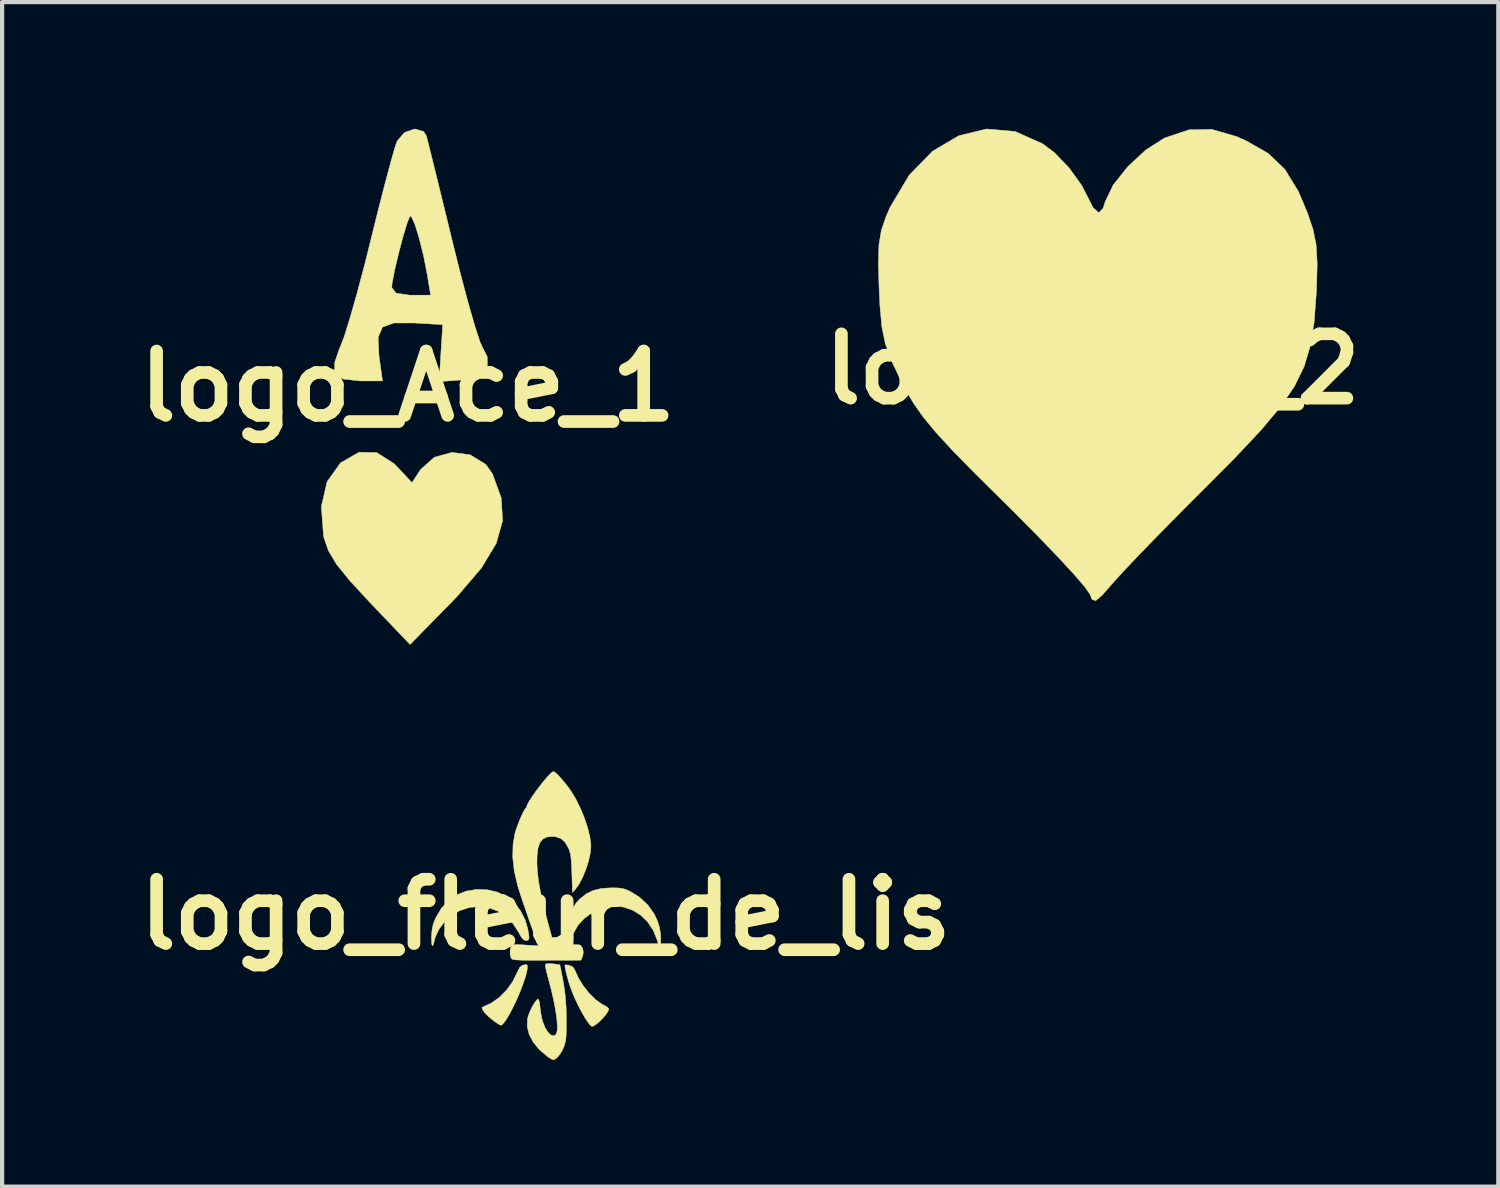
<source format=kicad_pcb>
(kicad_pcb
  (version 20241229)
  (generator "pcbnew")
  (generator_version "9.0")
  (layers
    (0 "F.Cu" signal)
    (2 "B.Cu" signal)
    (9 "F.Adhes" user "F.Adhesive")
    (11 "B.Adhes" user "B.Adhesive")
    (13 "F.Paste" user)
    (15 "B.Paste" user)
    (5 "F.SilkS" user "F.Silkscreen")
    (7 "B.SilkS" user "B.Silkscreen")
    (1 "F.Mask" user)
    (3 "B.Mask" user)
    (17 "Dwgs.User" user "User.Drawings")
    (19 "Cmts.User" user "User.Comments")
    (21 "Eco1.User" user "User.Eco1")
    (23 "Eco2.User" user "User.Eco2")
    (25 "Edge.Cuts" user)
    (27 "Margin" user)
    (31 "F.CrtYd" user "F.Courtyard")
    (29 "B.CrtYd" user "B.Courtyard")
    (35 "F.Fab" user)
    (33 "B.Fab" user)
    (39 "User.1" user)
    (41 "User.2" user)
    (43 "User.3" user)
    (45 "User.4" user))
  (footprint "logo_Ace_2"
    (layer "F.Cu")
    (at 22.834 5.693)
    (property "Reference" "logo_Ace_2" (at 0 0 0) (layer "F.SilkS") (effects (font (size 1.524 1.524) (thickness 0.3))))
    (attr through_hole)
    (fp_poly (pts (xy -1.835 -5.628) (xy -1.185 -5.338) (xy -0.913 -5.135) (xy -0.561 -4.771) (xy -0.264 -4.359) (xy -0.174 -4.188) (xy 0.01 -3.826) (xy 0.145 -3.702) (xy 0.248 -3.809) (xy 0.299 -3.969) (xy 0.489 -4.363) (xy 0.833 -4.795) (xy 1.257 -5.189) (xy 1.69 -5.467) (xy 1.706 -5.475) (xy 2.281 -5.668) (xy 2.821 -5.679) (xy 3.415 -5.507) (xy 3.63 -5.412) (xy 4.159 -5.11) (xy 4.555 -4.731) (xy 4.873 -4.212) (xy 5.088 -3.704) (xy 5.221 -3.31) (xy 5.295 -2.941) (xy 5.32 -2.51) (xy 5.306 -1.933) (xy 5.297 -1.766) (xy 5.248 -1.114) (xy 5.16 -0.56) (xy 5.013 -0.066) (xy 4.782 0.408) (xy 4.446 0.902) (xy 3.983 1.453) (xy 3.371 2.103) (xy 2.745 2.732) (xy 2.158 3.319) (xy 1.602 3.884) (xy 1.113 4.387) (xy 0.73 4.791) (xy 0.49 5.056) (xy 0.488 5.059) (xy 0.223 5.36) (xy 0.072 5.486) (xy -0.012 5.46) (xy -0.063 5.337) (xy -0.176 5.171) (xy -0.444 4.859) (xy -0.84 4.431) (xy -1.335 3.918) (xy -1.9 3.348) (xy -2.114 3.137) (xy -2.794 2.464) (xy -3.318 1.929) (xy -3.714 1.498) (xy -4.013 1.137) (xy -4.243 0.81) (xy -4.435 0.482) (xy -4.545 0.268) (xy -4.768 -0.207) (xy -4.91 -0.598) (xy -4.993 -0.998) (xy -5.039 -1.5) (xy -5.059 -1.912) (xy -5.076 -2.516) (xy -5.062 -2.947) (xy -5.006 -3.283) (xy -4.898 -3.603) (xy -4.795 -3.839) (xy -4.346 -4.593) (xy -3.794 -5.16) (xy -3.171 -5.528) (xy -2.507 -5.688) (xy -1.835 -5.628)) (stroke (width 0.01) (type solid)) (fill yes) (layer "F.SilkS")))
  (footprint "logo_Ace_1"
    (layer "F.Cu")
    (at 6.611 6.101)
    (property "Reference" "logo_Ace_1" (at 0 0 0) (layer "F.SilkS") (effects (font (size 1.524 1.524) (thickness 0.3))))
    (attr through_hole)
    (fp_poly (pts (xy -0.738 1.57) (xy -0.327 1.831) (xy -0.255 1.904) (xy 0.099 2.283) (xy 0.305 1.969) (xy 0.629 1.68) (xy 1.047 1.566) (xy 1.479 1.624) (xy 1.845 1.848) (xy 2.005 2.072) (xy 2.213 2.644) (xy 2.246 3.183) (xy 2.094 3.724) (xy 1.744 4.304) (xy 1.184 4.96) (xy 1.03 5.12) (xy 0.053 6.117) (xy -0.916 5.102) (xy -1.38 4.599) (xy -1.69 4.215) (xy -1.879 3.898) (xy -1.984 3.6) (xy -1.998 3.536) (xy -2.049 2.848) (xy -1.912 2.26) (xy -1.598 1.819) (xy -1.587 1.81) (xy -1.158 1.563) (xy -0.738 1.57)) (stroke (width 0.01) (type solid)) (fill yes) (layer "F.SilkS"))
    (fp_poly (pts (xy 0.374 -6.036) (xy 0.438 -5.937) (xy 0.482 -5.769) (xy 0.575 -5.395) (xy 0.708 -4.856) (xy 0.871 -4.192) (xy 1.053 -3.444) (xy 1.071 -3.372) (xy 1.258 -2.624) (xy 1.434 -1.962) (xy 1.589 -1.425) (xy 1.71 -1.053) (xy 1.786 -0.885) (xy 1.791 -0.881) (xy 1.881 -0.704) (xy 1.884 -0.494) (xy 1.819 -0.298) (xy 1.647 -0.198) (xy 1.294 -0.151) (xy 1.292 -0.151) (xy 0.742 -0.111) (xy 0.784 -0.786) (xy 0.826 -1.46) (xy 0.139 -1.5) (xy -0.334 -1.499) (xy -0.601 -1.4) (xy -0.703 -1.16) (xy -0.684 -0.738) (xy -0.675 -0.67) (xy -0.6 -0.127) (xy -1.13 -0.127) (xy -1.538 -0.172) (xy -1.729 -0.311) (xy -1.735 -0.324) (xy -1.732 -0.564) (xy -1.623 -0.887) (xy -1.604 -0.928) (xy -1.504 -1.186) (xy -1.363 -1.64) (xy -1.193 -2.24) (xy -1.166 -2.343) (xy -0.381 -2.343) (xy -0.279 -2.207) (xy 0.041 -2.159) (xy 0.08 -2.159) (xy 0.54 -2.159) (xy 0.462 -2.635) (xy 0.374 -3.086) (xy 0.269 -3.509) (xy 0.166 -3.841) (xy 0.083 -4.021) (xy 0.052 -4.032) (xy -0.012 -3.88) (xy -0.108 -3.563) (xy -0.214 -3.164) (xy -0.308 -2.768) (xy -0.369 -2.456) (xy -0.381 -2.343) (xy -1.166 -2.343) (xy -1.01 -2.932) (xy -0.887 -3.429) (xy -0.71 -4.144) (xy -0.544 -4.789) (xy -0.403 -5.317) (xy -0.299 -5.679) (xy -0.254 -5.81) (xy -0.077 -6.014) (xy 0.165 -6.096) (xy 0.374 -6.036)) (stroke (width 0.01) (type solid)) (fill yes) (layer "F.SilkS")))
  (footprint "logo_fleur_de_lis"
    (layer "F.Cu")
    (at 9.877 18.614)
    (property "Reference" "logo_fleur_de_lis" (at 0 0 0) (layer "F.SilkS") (effects (font (size 1.524 1.524) (thickness 0.3))))
    (attr through_hole)
    (fp_poly (pts (xy -0.433 1.209) (xy -0.433 1.276) (xy -0.453 1.378) (xy -0.489 1.508) (xy -0.541 1.659) (xy -0.604 1.823) (xy -0.676 1.994) (xy -0.754 2.162) (xy -0.836 2.321) (xy -0.919 2.464) (xy -0.935 2.489) (xy -0.988 2.563) (xy -1.034 2.612) (xy -1.057 2.625) (xy -1.097 2.609) (xy -1.165 2.567) (xy -1.231 2.52) (xy -1.357 2.416) (xy -1.445 2.326) (xy -1.497 2.25) (xy -1.51 2.207) (xy -1.476 2.184) (xy -1.281 2.095) (xy -1.093 1.959) (xy -0.923 1.786) (xy -0.779 1.584) (xy -0.67 1.363) (xy -0.665 1.35) (xy -0.615 1.253) (xy -0.551 1.202) (xy -0.46 1.186) (xy -0.456 1.186) (xy -0.433 1.209)) (stroke (width 0.01) (type solid)) (fill yes) (layer "F.SilkS"))
    (fp_poly (pts (xy -0.647 0.713) (xy -0.538 0.719) (xy -0.383 0.73) (xy -0.361 0.731) (xy -0.084 0.746) (xy 0.17 0.746) (xy 0.421 0.731) (xy 0.585 0.719) (xy 0.702 0.714) (xy 0.778 0.716) (xy 0.821 0.726) (xy 0.831 0.733) (xy 0.876 0.802) (xy 0.892 0.896) (xy 0.876 0.991) (xy 0.87 1.006) (xy 0.833 1.083) (xy 0.024 1.085) (xy -0.213 1.085) (xy -0.399 1.085) (xy -0.541 1.083) (xy -0.645 1.079) (xy -0.718 1.074) (xy -0.766 1.067) (xy -0.795 1.057) (xy -0.812 1.044) (xy -0.816 1.038) (xy -0.842 0.958) (xy -0.844 0.86) (xy -0.823 0.773) (xy -0.81 0.751) (xy -0.792 0.732) (xy -0.765 0.719) (xy -0.72 0.713) (xy -0.647 0.713)) (stroke (width 0.01) (type solid)) (fill yes) (layer "F.SilkS"))
    (fp_poly (pts (xy 0.558 1.204) (xy 0.566 1.206) (xy 0.648 1.247) (xy 0.69 1.314) (xy 0.777 1.506) (xy 0.894 1.694) (xy 1.031 1.867) (xy 1.177 2.012) (xy 1.324 2.118) (xy 1.368 2.141) (xy 1.442 2.183) (xy 1.488 2.223) (xy 1.496 2.24) (xy 1.475 2.298) (xy 1.421 2.378) (xy 1.346 2.465) (xy 1.262 2.547) (xy 1.181 2.613) (xy 1.115 2.649) (xy 1.096 2.653) (xy 1.067 2.632) (xy 1.022 2.581) (xy 1.006 2.561) (xy 0.936 2.456) (xy 0.854 2.314) (xy 0.769 2.152) (xy 0.69 1.984) (xy 0.627 1.834) (xy 0.584 1.717) (xy 0.543 1.589) (xy 0.507 1.461) (xy 0.478 1.347) (xy 0.46 1.257) (xy 0.456 1.204) (xy 0.459 1.196) (xy 0.493 1.193) (xy 0.558 1.204)) (stroke (width 0.01) (type solid)) (fill yes) (layer "F.SilkS"))
    (fp_poly (pts (xy -1.387 -0.587) (xy -1.15 -0.532) (xy -0.937 -0.429) (xy -0.753 -0.282) (xy -0.601 -0.096) (xy -0.488 0.124) (xy -0.426 0.333) (xy -0.402 0.464) (xy -0.394 0.55) (xy -0.405 0.598) (xy -0.436 0.616) (xy -0.471 0.616) (xy -0.517 0.601) (xy -0.559 0.561) (xy -0.607 0.485) (xy -0.638 0.427) (xy -0.774 0.215) (xy -0.942 0.045) (xy -1.136 -0.08) (xy -1.349 -0.159) (xy -1.574 -0.188) (xy -1.807 -0.166) (xy -2.039 -0.09) (xy -2.044 -0.087) (xy -2.229 0.022) (xy -2.391 0.168) (xy -2.522 0.339) (xy -2.611 0.523) (xy -2.64 0.63) (xy -2.66 0.71) (xy -2.679 0.739) (xy -2.694 0.719) (xy -2.704 0.657) (xy -2.706 0.555) (xy -2.704 0.5) (xy -2.691 0.352) (xy -2.665 0.233) (xy -2.62 0.114) (xy -2.604 0.077) (xy -2.47 -0.149) (xy -2.301 -0.331) (xy -2.103 -0.467) (xy -1.876 -0.556) (xy -1.626 -0.595) (xy -1.387 -0.587)) (stroke (width 0.01) (type solid)) (fill yes) (layer "F.SilkS"))
    (fp_poly (pts (xy 1.687 -0.63) (xy 1.784 -0.622) (xy 1.863 -0.604) (xy 1.944 -0.573) (xy 2.006 -0.544) (xy 2.229 -0.405) (xy 2.42 -0.225) (xy 2.571 -0.013) (xy 2.651 0.159) (xy 2.689 0.283) (xy 2.715 0.42) (xy 2.728 0.551) (xy 2.725 0.659) (xy 2.715 0.705) (xy 2.7 0.739) (xy 2.686 0.738) (xy 2.668 0.697) (xy 2.641 0.608) (xy 2.641 0.606) (xy 2.55 0.379) (xy 2.419 0.181) (xy 2.256 0.02) (xy 2.066 -0.1) (xy 1.855 -0.173) (xy 1.733 -0.191) (xy 1.51 -0.183) (xy 1.292 -0.129) (xy 1.089 -0.034) (xy 0.91 0.097) (xy 0.764 0.257) (xy 0.661 0.44) (xy 0.654 0.459) (xy 0.619 0.545) (xy 0.585 0.591) (xy 0.542 0.611) (xy 0.511 0.616) (xy 0.451 0.617) (xy 0.428 0.593) (xy 0.424 0.531) (xy 0.447 0.329) (xy 0.508 0.117) (xy 0.601 -0.088) (xy 0.717 -0.267) (xy 0.81 -0.37) (xy 0.964 -0.491) (xy 1.131 -0.572) (xy 1.322 -0.617) (xy 1.551 -0.632) (xy 1.554 -0.632) (xy 1.687 -0.63)) (stroke (width 0.01) (type solid)) (fill yes) (layer "F.SilkS"))
    (fp_poly (pts (xy 0.179 1.169) (xy 0.335 1.189) (xy 0.366 1.333) (xy 0.424 1.635) (xy 0.462 1.912) (xy 0.484 2.192) (xy 0.491 2.484) (xy 0.491 2.671) (xy 0.488 2.813) (xy 0.481 2.921) (xy 0.468 3.007) (xy 0.45 3.081) (xy 0.441 3.109) (xy 0.396 3.215) (xy 0.335 3.314) (xy 0.27 3.392) (xy 0.209 3.437) (xy 0.184 3.443) (xy 0.142 3.428) (xy 0.076 3.388) (xy 0.04 3.363) (xy -0.149 3.202) (xy -0.293 3.028) (xy -0.39 2.846) (xy -0.437 2.663) (xy -0.433 2.482) (xy -0.412 2.401) (xy -0.372 2.295) (xy -0.321 2.19) (xy -0.267 2.098) (xy -0.219 2.032) (xy -0.183 2.004) (xy -0.18 2.004) (xy -0.161 2.03) (xy -0.144 2.102) (xy -0.133 2.194) (xy -0.118 2.321) (xy -0.094 2.45) (xy -0.073 2.528) (xy -0.02 2.668) (xy 0.043 2.775) (xy 0.108 2.845) (xy 0.171 2.874) (xy 0.227 2.857) (xy 0.256 2.819) (xy 0.274 2.742) (xy 0.276 2.619) (xy 0.262 2.456) (xy 0.233 2.261) (xy 0.191 2.039) (xy 0.136 1.798) (xy 0.07 1.544) (xy 0.056 1.494) (xy 0.02 1.357) (xy -0.001 1.253) (xy -0.006 1.19) (xy -0.002 1.176) (xy 0.039 1.165) (xy 0.115 1.164) (xy 0.179 1.169)) (stroke (width 0.01) (type solid)) (fill yes) (layer "F.SilkS"))
    (fp_poly (pts (xy 0.224 -3.365) (xy 0.288 -3.307) (xy 0.368 -3.222) (xy 0.455 -3.118) (xy 0.542 -3.006) (xy 0.598 -2.927) (xy 0.716 -2.733) (xy 0.824 -2.513) (xy 0.919 -2.282) (xy 0.995 -2.052) (xy 1.047 -1.837) (xy 1.071 -1.651) (xy 1.072 -1.61) (xy 1.057 -1.451) (xy 1.016 -1.268) (xy 0.955 -1.075) (xy 0.88 -0.89) (xy 0.795 -0.727) (xy 0.708 -0.603) (xy 0.697 -0.59) (xy 0.635 -0.523) (xy 0.62 -0.974) (xy 0.613 -1.151) (xy 0.605 -1.284) (xy 0.595 -1.382) (xy 0.58 -1.458) (xy 0.56 -1.523) (xy 0.539 -1.574) (xy 0.459 -1.712) (xy 0.361 -1.799) (xy 0.238 -1.842) (xy 0.15 -1.849) (xy 0.027 -1.834) (xy -0.068 -1.786) (xy -0.137 -1.701) (xy -0.181 -1.574) (xy -0.203 -1.402) (xy -0.207 -1.214) (xy -0.195 -0.998) (xy -0.163 -0.753) (xy -0.111 -0.473) (xy -0.038 -0.153) (xy 0.055 0.202) (xy 0.095 0.347) (xy 0.129 0.472) (xy 0.154 0.567) (xy 0.167 0.623) (xy 0.169 0.633) (xy 0.144 0.643) (xy 0.081 0.648) (xy -0.004 0.649) (xy -0.092 0.645) (xy -0.165 0.637) (xy -0.207 0.626) (xy -0.21 0.623) (xy -0.228 0.583) (xy -0.26 0.499) (xy -0.304 0.379) (xy -0.356 0.235) (xy -0.412 0.074) (xy -0.47 -0.094) (xy -0.527 -0.259) (xy -0.578 -0.412) (xy -0.621 -0.544) (xy -0.653 -0.645) (xy -0.659 -0.665) (xy -0.743 -1.021) (xy -0.781 -1.352) (xy -0.773 -1.663) (xy -0.729 -1.918) (xy -0.703 -2.006) (xy -0.665 -2.113) (xy -0.62 -2.228) (xy -0.574 -2.337) (xy -0.53 -2.429) (xy -0.496 -2.491) (xy -0.476 -2.512) (xy -0.454 -2.534) (xy -0.452 -2.55) (xy -0.435 -2.603) (xy -0.389 -2.687) (xy -0.321 -2.793) (xy -0.237 -2.912) (xy -0.146 -3.034) (xy -0.053 -3.151) (xy 0.034 -3.254) (xy 0.109 -3.333) (xy 0.164 -3.379) (xy 0.184 -3.387) (xy 0.224 -3.365)) (stroke (width 0.01) (type solid)) (fill yes) (layer "F.SilkS")))
  (gr_rect
    (start -3 -3)
    (end 32.445 25.062)
    (stroke (width 0.1) (type default))
    (fill no)
    (layer "Edge.Cuts")))
</source>
